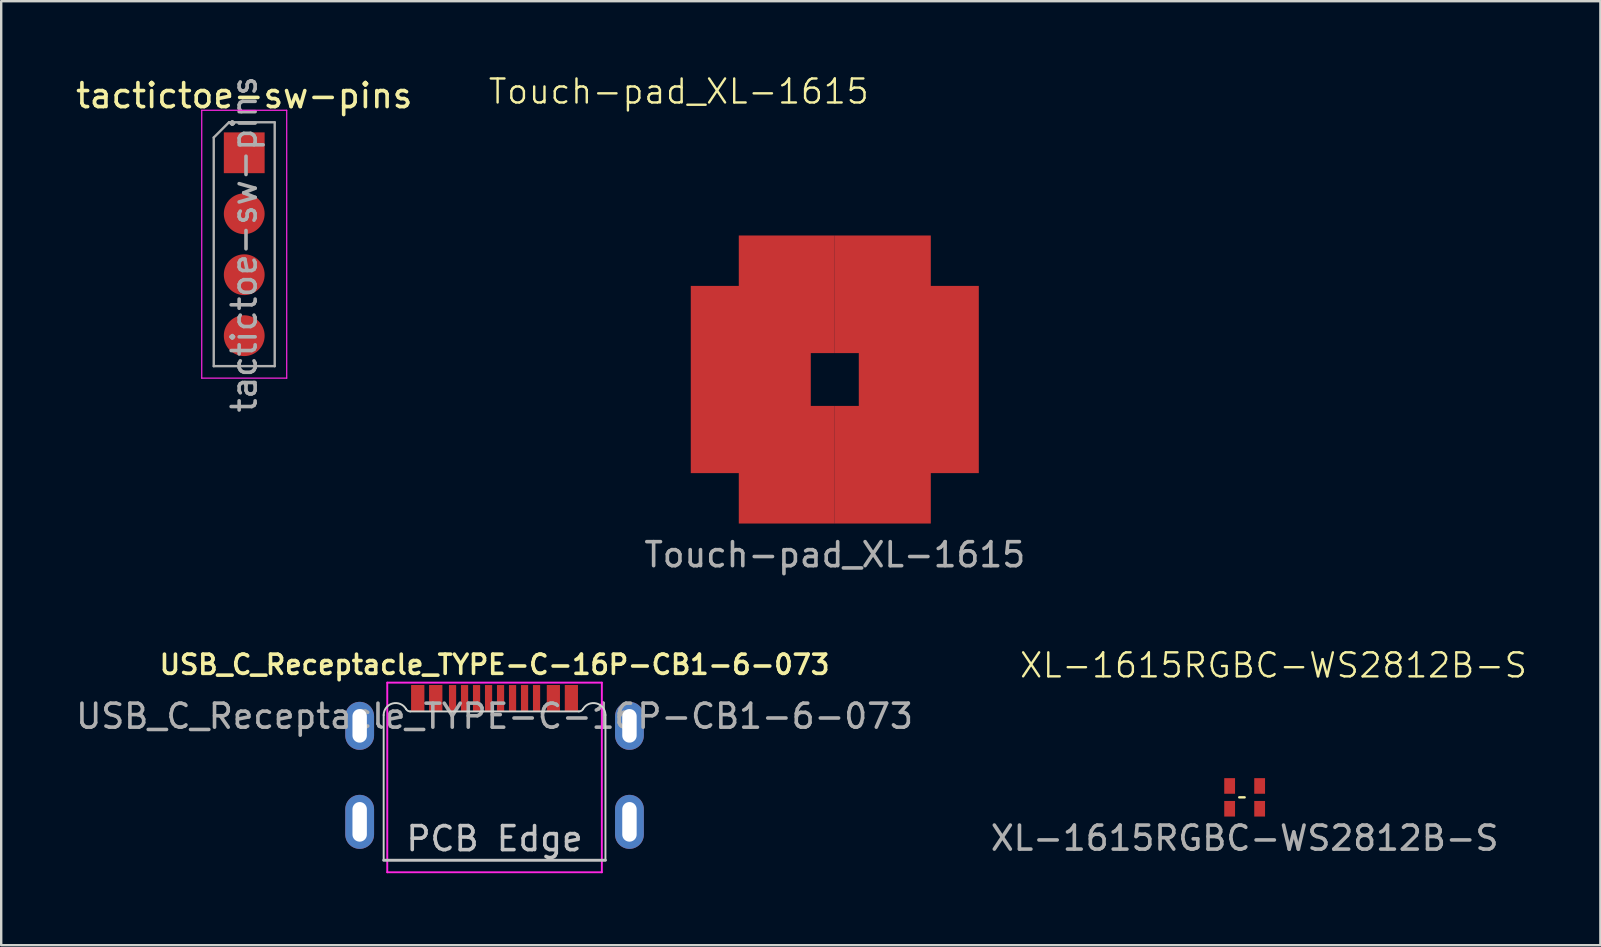
<source format=kicad_pcb>
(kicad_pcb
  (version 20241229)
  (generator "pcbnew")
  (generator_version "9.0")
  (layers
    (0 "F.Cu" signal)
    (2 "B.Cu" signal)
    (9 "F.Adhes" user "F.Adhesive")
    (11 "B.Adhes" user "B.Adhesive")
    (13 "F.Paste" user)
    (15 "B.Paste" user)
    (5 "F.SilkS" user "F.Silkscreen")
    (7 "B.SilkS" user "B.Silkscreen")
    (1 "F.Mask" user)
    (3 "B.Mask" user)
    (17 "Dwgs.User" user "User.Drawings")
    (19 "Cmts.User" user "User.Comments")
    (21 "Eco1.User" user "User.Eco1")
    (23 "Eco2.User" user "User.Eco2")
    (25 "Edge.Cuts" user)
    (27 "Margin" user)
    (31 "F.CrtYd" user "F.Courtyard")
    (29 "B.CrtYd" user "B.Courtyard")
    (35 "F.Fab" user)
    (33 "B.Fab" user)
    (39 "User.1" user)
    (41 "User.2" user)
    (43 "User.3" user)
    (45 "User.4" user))
  (footprint "USB_C_Receptacle_TYPE-C-16P-CB1-6-073"
    (layer "F.Cu")
    (at 17.554 26.79)
    (property "Reference" "USB_C_Receptacle_TYPE-C-16P-CB1-6-073" (at 0 -2.15 180) (layer "F.SilkS") (effects (font (size 0.8 0.8) (thickness 0.15))))
    (attr smd)
    (fp_line (start -4.62 6) (end 4.62 6) (stroke (width 0.12) (type solid)) (layer "Dwgs.User"))
    (fp_line (start -4.62 -0.05) (end -4.62 6) (stroke (width 0.08) (type solid)) (layer "Edge.Cuts"))
    (fp_line (start -3.514 -0.2) (end 3.514 -0.2) (stroke (width 0.08) (type solid)) (layer "Edge.Cuts"))
    (fp_line (start 4.62 -0.05) (end 4.62 6) (stroke (width 0.08) (type solid)) (layer "Edge.Cuts"))
    (fp_arc (start -4.62 -0.05) (mid -4.249409 -0.532963) (end -3.686987 -0.3) (stroke (width 0.08) (type solid)) (layer "Edge.Cuts"))
    (fp_arc (start -3.513782 -0.2) (mid -3.613782 -0.226795) (end -3.686987 -0.3) (stroke (width 0.08) (type solid)) (layer "Edge.Cuts"))
    (fp_arc (start 3.686987 -0.3) (mid 3.613782 -0.226795) (end 3.513782 -0.2) (stroke (width 0.08) (type solid)) (layer "Edge.Cuts"))
    (fp_arc (start 3.686987 -0.3) (mid 4.24941 -0.532963) (end 4.62 -0.05) (stroke (width 0.08) (type solid)) (layer "Edge.Cuts"))
    (fp_line (start -4.47 -1.4) (end 4.47 -1.4) (stroke (width 0.08) (type solid)) (layer "F.CrtYd"))
    (fp_line (start -4.47 6.5) (end -4.47 -1.4) (stroke (width 0.08) (type solid)) (layer "F.CrtYd"))
    (fp_line (start 4.47 -1.4) (end 4.47 6.5) (stroke (width 0.08) (type solid)) (layer "F.CrtYd"))
    (fp_line (start 4.47 6.5) (end -4.47 6.5) (stroke (width 0.08) (type solid)) (layer "F.CrtYd"))
    (fp_text user "PCB Edge" (at 0 5.1 0) (layer "Dwgs.User") (effects (font (size 1 1) (thickness 0.15))))
    (fp_text user "${REFERENCE}" (at 0 0 0) (layer "F.Fab") (effects (font (size 1 1) (thickness 0.15))))
    (pad "A1" smd rect (at -3.2 -0.75 180) (size 0.54 1.1) (layers "F.Cu" "F.Mask" "F.Paste"))
    (pad "A4" smd rect (at -2.45 -0.75 180) (size 0.54 1.1) (layers "F.Cu" "F.Mask" "F.Paste"))
    (pad "A5" smd rect (at -1.25 -0.75 180) (size 0.3 1.1) (layers "F.Cu" "F.Mask" "F.Paste"))
    (pad "A6" smd rect (at -0.25 -0.75 180) (size 0.3 1.1) (layers "F.Cu" "F.Mask" "F.Paste"))
    (pad "A7" smd rect (at 0.25 -0.75 180) (size 0.3 1.1) (layers "F.Cu" "F.Mask" "F.Paste"))
    (pad "A8" smd rect (at 1.25 -0.75 180) (size 0.3 1.1) (layers "F.Cu" "F.Mask" "F.Paste"))
    (pad "A9" smd rect (at 2.45 -0.75 180) (size 0.54 1.1) (layers "F.Cu" "F.Mask" "F.Paste"))
    (pad "A12" smd rect (at 3.2 -0.75 180) (size 0.54 1.1) (layers "F.Cu" "F.Mask" "F.Paste"))
    (pad "B1" smd rect (at 3.2 -0.75 180) (size 0.54 1.1) (layers "F.Cu" "F.Mask" "F.Paste"))
    (pad "B4" smd rect (at 2.45 -0.75 180) (size 0.54 1.1) (layers "F.Cu" "F.Mask" "F.Paste"))
    (pad "B5" smd rect (at 1.75 -0.75 180) (size 0.3 1.1) (layers "F.Cu" "F.Mask" "F.Paste"))
    (pad "B6" smd rect (at 0.75 -0.75 180) (size 0.3 1.1) (layers "F.Cu" "F.Mask" "F.Paste"))
    (pad "B7" smd rect (at -0.75 -0.75 180) (size 0.3 1.1) (layers "F.Cu" "F.Mask" "F.Paste"))
    (pad "B8" smd rect (at -1.75 -0.75 180) (size 0.3 1.1) (layers "F.Cu" "F.Mask" "F.Paste"))
    (pad "B9" smd rect (at -2.45 -0.75 180) (size 0.54 1.1) (layers "F.Cu" "F.Mask" "F.Paste"))
    (pad "B12" smd rect (at -3.2 -0.75 180) (size 0.54 1.1) (layers "F.Cu" "F.Mask" "F.Paste"))
    (pad "S1" thru_hole oval (at -5.62 0.4 180) (size 1.2 2) (drill oval 0.6 1.4) (layers "*.Cu" "*.Mask"))
    (pad "S1" thru_hole oval (at -5.62 4.4 180) (size 1.2 2.25) (drill oval 0.6 1.65) (layers "*.Cu" "*.Mask"))
    (pad "S1" thru_hole oval (at 5.62 0.4 180) (size 1.2 2) (drill oval 0.6 1.4) (layers "*.Cu" "*.Mask"))
    (pad "S1" thru_hole oval (at 5.62 4.4 180) (size 1.2 2.25) (drill oval 0.6 1.65) (layers "*.Cu" "*.Mask")))
  (footprint "Touch-pad_XL-1615"
    (layer "F.Cu")
    (at 31.729 12.761)
    (property "Reference" "Touch-pad_XL-1615" (at -6.5 -12 0) (unlocked yes) (layer "F.SilkS") (effects (font (size 1 1) (thickness 0.1))))
    (attr smd)
    (fp_text user "${REFERENCE}" (at 0 7.3 0) (unlocked yes) (layer "F.Fab") (effects (font (size 1 1) (thickness 0.15))))
    (pad "1" smd custom (at -2.2 -2.9) (size 1.27 1.27) (layers "F.Cu") (options (anchor circle)) (primitives (gr_poly (pts (xy -0.953 -0.445) (xy -0.938 -0.517) (xy -0.897 -0.579) (xy -0.835 -0.62) (xy -0.762 -0.635) (xy 0.762 -0.635) (xy 0.835 -0.62) (xy 0.897 -0.579) (xy 0.938 -0.517) (xy 0.953 -0.445) (xy 0.953 0.445) (xy 0.938 0.517) (xy 0.897 0.579) (xy 0.835 0.62) (xy 0.762 0.635) (xy -0.762 0.635) (xy -0.835 0.62) (xy -0.897 0.579) (xy -0.938 0.517) (xy -0.953 0.445)) (width 0) (fill yes)) (gr_poly (pts (xy 2.2 1.8) (xy 1.2 1.8) (xy 1.2 4) (xy 2.2 4) (xy 2.2 8.9) (xy -1.8 8.9) (xy -1.8 6.8) (xy -3.8 6.8) (xy -3.8 -1) (xy -1.8 -1) (xy -1.8 -3.1) (xy 2.2 -3.1)) (width 0) (fill yes))))
    (pad "1" smd custom (at 2.2 2.9 180) (size 1.27 1.27) (layers "F.Cu") (options (anchor circle)) (primitives (gr_poly (pts (xy -0.953 -0.445) (xy -0.938 -0.517) (xy -0.897 -0.579) (xy -0.835 -0.62) (xy -0.762 -0.635) (xy 0.762 -0.635) (xy 0.835 -0.62) (xy 0.897 -0.579) (xy 0.938 -0.517) (xy 0.953 -0.445) (xy 0.953 0.445) (xy 0.938 0.517) (xy 0.897 0.579) (xy 0.835 0.62) (xy 0.762 0.635) (xy -0.762 0.635) (xy -0.835 0.62) (xy -0.897 0.579) (xy -0.938 0.517) (xy -0.953 0.445)) (width 0) (fill yes)) (gr_poly (pts (xy 2.2 1.8) (xy 1.2 1.8) (xy 1.2 4) (xy 2.2 4) (xy 2.2 8.9) (xy -1.8 8.9) (xy -1.8 6.8) (xy -3.8 6.8) (xy -3.8 -1) (xy -1.8 -1) (xy -1.8 -3.1) (xy 2.2 -3.1)) (width 0) (fill yes)))))
  (footprint "XL-1615RGBC-WS2812B-S"
    (layer "F.Cu")
    (at 48.804 30.169)
    (property "Reference" "XL-1615RGBC-WS2812B-S" (at 1.2 -5.5 0) (unlocked yes) (layer "F.SilkS") (effects (font (size 1 1) (thickness 0.1))))
    (attr smd)
    (fp_line (start -0.225 0) (end 0 0) (stroke (width 0.1) (type solid)) (layer "F.SilkS"))
    (fp_text user "${REFERENCE}" (at 0 1.7 0) (unlocked yes) (layer "F.Fab") (effects (font (size 1 1) (thickness 0.15))))
    (pad "1" smd rect (at -0.625 0.475) (size 0.45 0.65) (layers "F.Cu" "F.Mask" "F.Paste"))
    (pad "2" smd rect (at 0.625 0.475) (size 0.45 0.65) (layers "F.Cu" "F.Mask" "F.Paste"))
    (pad "3" smd rect (at 0.625 -0.475) (size 0.45 0.65) (layers "F.Cu" "F.Mask" "F.Paste"))
    (pad "4" smd rect (at -0.625 -0.475) (size 0.45 0.65) (layers "F.Cu" "F.Mask" "F.Paste")))
  (footprint "tactictoe-sw-pins"
    (layer "F.Cu")
    (at 7.125 3.315)
    (property "Reference" "tactictoe-sw-pins" (at 0 -2.38 180) (layer "F.SilkS") (effects (font (size 1 1) (thickness 0.15))))
    (attr through_hole)
    (fp_line (start -1.77 -1.77) (end -1.77 9.39) (stroke (width 0.05) (type solid)) (layer "F.CrtYd"))
    (fp_line (start -1.77 9.39) (end 1.77 9.39) (stroke (width 0.05) (type solid)) (layer "F.CrtYd"))
    (fp_line (start 1.77 -1.77) (end -1.77 -1.77) (stroke (width 0.05) (type solid)) (layer "F.CrtYd"))
    (fp_line (start 1.77 9.39) (end 1.77 -1.77) (stroke (width 0.05) (type solid)) (layer "F.CrtYd"))
    (fp_line (start -1.27 -0.635) (end -0.635 -1.27) (stroke (width 0.1) (type solid)) (layer "F.Fab"))
    (fp_line (start -1.27 8.89) (end -1.27 -0.635) (stroke (width 0.1) (type solid)) (layer "F.Fab"))
    (fp_line (start -0.635 -1.27) (end 1.27 -1.27) (stroke (width 0.1) (type solid)) (layer "F.Fab"))
    (fp_line (start 1.27 -1.27) (end 1.27 8.89) (stroke (width 0.1) (type solid)) (layer "F.Fab"))
    (fp_line (start 1.27 8.89) (end -1.27 8.89) (stroke (width 0.1) (type solid)) (layer "F.Fab"))
    (fp_text user "${REFERENCE}" (at 0 3.81 270) (layer "F.Fab") (effects (font (size 1 1) (thickness 0.15))))
    (pad "1" smd rect (at 0 0) (size 1.7 1.7) (layers "F.Cu" "F.Mask"))
    (pad "2" smd circle (at 0 2.54) (size 1.7 1.7) (layers "F.Cu" "F.Mask"))
    (pad "3" smd circle (at 0 5.08) (size 1.7 1.7) (layers "F.Cu" "F.Mask"))
    (pad "4" smd circle (at 0 7.62) (size 1.7 1.7) (layers "F.Cu" "F.Mask")))
  (gr_rect
    (start -3 -3)
    (end 63.625 36.33)
    (stroke (width 0.1) (type default))
    (fill no)
    (layer "Edge.Cuts")))
</source>
